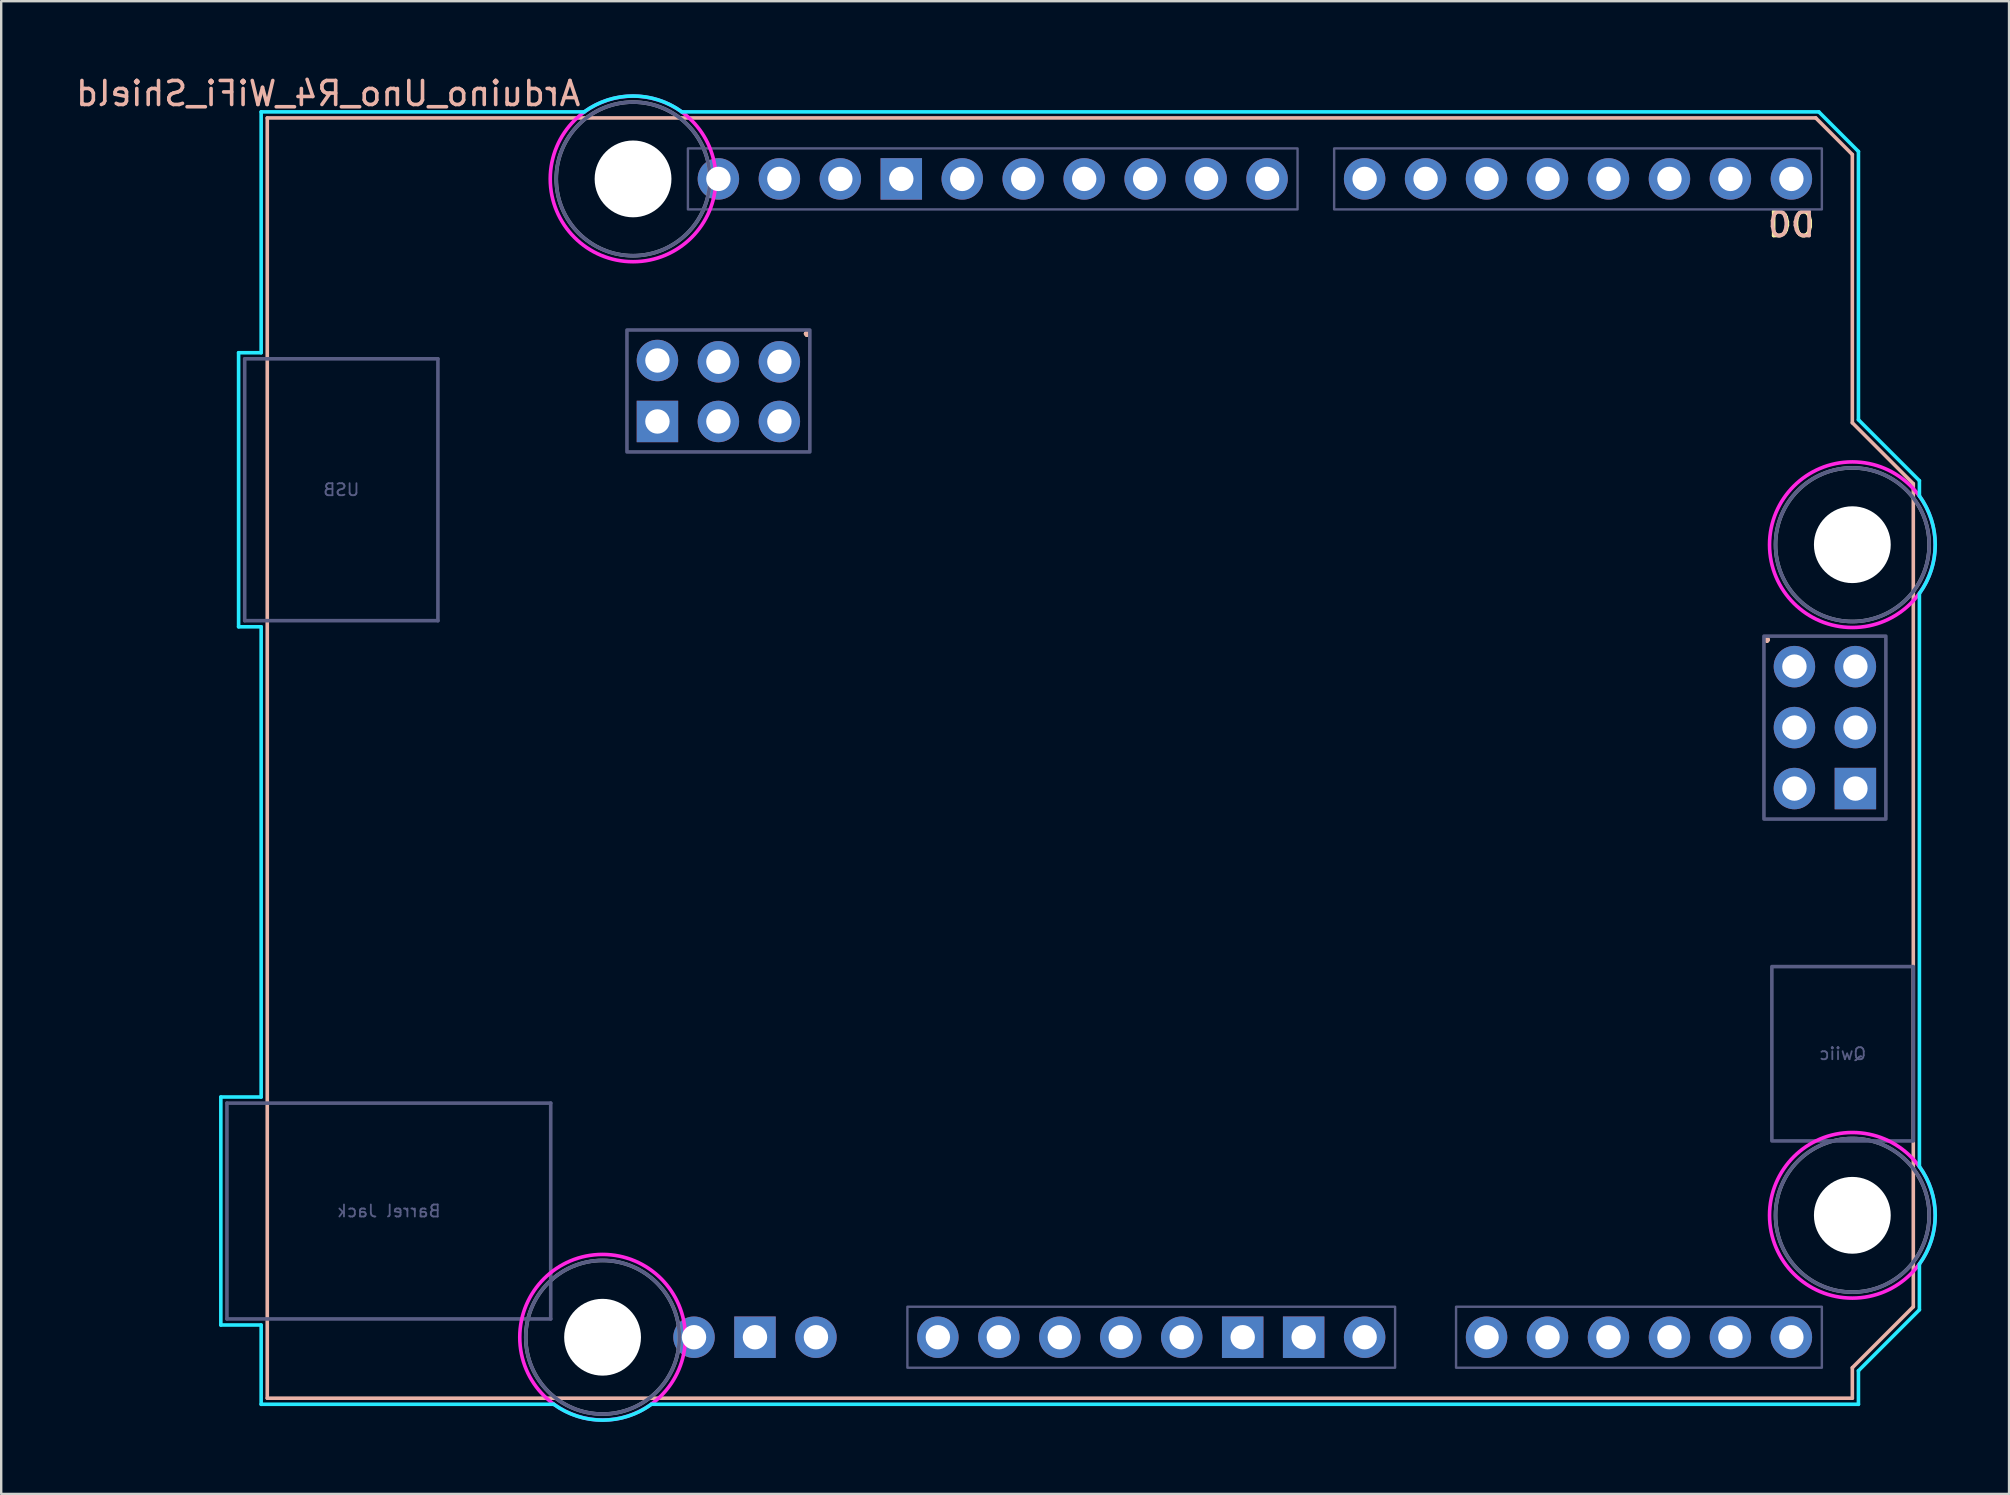
<source format=kicad_pcb>
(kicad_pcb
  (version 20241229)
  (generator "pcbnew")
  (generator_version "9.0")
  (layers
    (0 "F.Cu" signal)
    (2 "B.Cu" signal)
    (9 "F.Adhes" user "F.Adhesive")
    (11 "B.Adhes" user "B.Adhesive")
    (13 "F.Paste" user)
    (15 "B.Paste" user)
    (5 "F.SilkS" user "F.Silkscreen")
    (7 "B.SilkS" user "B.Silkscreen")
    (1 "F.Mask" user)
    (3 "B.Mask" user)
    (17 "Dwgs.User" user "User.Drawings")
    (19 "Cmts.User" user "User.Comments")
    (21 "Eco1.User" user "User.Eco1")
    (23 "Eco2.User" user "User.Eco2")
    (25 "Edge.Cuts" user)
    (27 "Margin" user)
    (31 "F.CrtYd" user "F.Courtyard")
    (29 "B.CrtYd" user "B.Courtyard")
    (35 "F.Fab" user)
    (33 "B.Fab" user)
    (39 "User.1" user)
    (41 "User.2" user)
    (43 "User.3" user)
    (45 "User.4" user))
  (footprint "Arduino_Uno_R4_WiFi_Shield"
    (layer "F.Cu")
    (at 8.085 55.204)
    (property "Reference" "Arduino_Uno_R4_WiFi_Shield" (at 2.54 -54.356 0) (layer "B.SilkS") (effects (font (size 1 1) (thickness 0.15)) (justify mirror)))
    (attr through_hole)
    (fp_line (start 0 -53.34) (end 0 0) (stroke (width 0.15) (type solid)) (layer "B.SilkS"))
    (fp_line (start 0 -53.34) (end 64.516 -53.34) (stroke (width 0.15) (type solid)) (layer "B.SilkS"))
    (fp_line (start 0 0) (end 66.04 0) (stroke (width 0.15) (type solid)) (layer "B.SilkS"))
    (fp_line (start 64.516 -53.34) (end 66.04 -51.816) (stroke (width 0.15) (type solid)) (layer "B.SilkS"))
    (fp_line (start 66.04 -40.64) (end 66.04 -51.816) (stroke (width 0.15) (type solid)) (layer "B.SilkS"))
    (fp_line (start 66.04 -1.27) (end 68.58 -3.81) (stroke (width 0.15) (type solid)) (layer "B.SilkS"))
    (fp_line (start 66.04 0) (end 66.04 -1.27) (stroke (width 0.15) (type solid)) (layer "B.SilkS"))
    (fp_line (start 68.58 -38.1) (end 66.04 -40.64) (stroke (width 0.15) (type solid)) (layer "B.SilkS"))
    (fp_line (start 68.58 -3.81) (end 68.58 -38.1) (stroke (width 0.15) (type solid)) (layer "B.SilkS"))
    (fp_line (start -1.934 -12.548) (end -1.934 -3.049) (stroke (width 0.15) (type solid)) (layer "B.CrtYd"))
    (fp_line (start -1.934 -12.548) (end -0.254 -12.548) (stroke (width 0.15) (type solid)) (layer "B.CrtYd"))
    (fp_line (start -1.934 -3.049) (end -0.254 -3.049) (stroke (width 0.15) (type solid)) (layer "B.CrtYd"))
    (fp_line (start -1.194 -43.558) (end -0.254 -43.558) (stroke (width 0.15) (type solid)) (layer "B.CrtYd"))
    (fp_line (start -1.194 -32.14) (end -1.194 -43.558) (stroke (width 0.15) (type solid)) (layer "B.CrtYd"))
    (fp_line (start -0.254 -53.594) (end -0.254 -43.558) (stroke (width 0.15) (type solid)) (layer "B.CrtYd"))
    (fp_line (start -0.254 -32.14) (end -1.194 -32.14) (stroke (width 0.15) (type solid)) (layer "B.CrtYd"))
    (fp_line (start -0.254 -32.14) (end -0.254 -12.548) (stroke (width 0.15) (type solid)) (layer "B.CrtYd"))
    (fp_line (start -0.254 -3.049) (end -0.254 0.254) (stroke (width 0.15) (type solid)) (layer "B.CrtYd"))
    (fp_line (start 11.938 0.254) (end -0.254 0.254) (stroke (width 0.15) (type solid)) (layer "B.CrtYd"))
    (fp_line (start 13.208 -53.594) (end -0.254 -53.594) (stroke (width 0.15) (type solid)) (layer "B.CrtYd"))
    (fp_line (start 16.002 0.254) (end 66.294 0.254) (stroke (width 0.15) (type solid)) (layer "B.CrtYd"))
    (fp_line (start 17.272 -53.594) (end 64.643 -53.594) (stroke (width 0.15) (type solid)) (layer "B.CrtYd"))
    (fp_line (start 64.643 -53.594) (end 66.294 -51.943) (stroke (width 0.15) (type solid)) (layer "B.CrtYd"))
    (fp_line (start 66.294 -40.767) (end 66.294 -51.943) (stroke (width 0.15) (type solid)) (layer "B.CrtYd"))
    (fp_line (start 66.294 -1.143) (end 68.834 -3.683) (stroke (width 0.15) (type solid)) (layer "B.CrtYd"))
    (fp_line (start 66.294 0.254) (end 66.294 -1.143) (stroke (width 0.15) (type solid)) (layer "B.CrtYd"))
    (fp_line (start 68.834 -38.227) (end 66.294 -40.767) (stroke (width 0.15) (type solid)) (layer "B.CrtYd"))
    (fp_line (start 68.834 -38.227) (end 68.834 -37.592) (stroke (width 0.15) (type solid)) (layer "B.CrtYd"))
    (fp_line (start 68.834 -9.652) (end 68.834 -33.528) (stroke (width 0.15) (type solid)) (layer "B.CrtYd"))
    (fp_line (start 68.834 -5.588) (end 68.834 -3.683) (stroke (width 0.15) (type solid)) (layer "B.CrtYd"))
    (fp_arc (start 13.208 -53.594) (mid 15.24 -54.254237) (end 17.272 -53.594) (stroke (width 0.15) (type solid)) (layer "B.CrtYd"))
    (fp_arc (start 16.002 0.254) (mid 13.97 0.914237) (end 11.938 0.254) (stroke (width 0.15) (type solid)) (layer "B.CrtYd"))
    (fp_arc (start 68.834 -37.592) (mid 69.494238 -35.56) (end 68.834 -33.528) (stroke (width 0.15) (type solid)) (layer "B.CrtYd"))
    (fp_arc (start 68.834 -9.652) (mid 69.494238 -7.62) (end 68.834 -5.588) (stroke (width 0.15) (type solid)) (layer "B.CrtYd"))
    (fp_circle (center 13.97 -2.54) (end 17.42 -2.54) (stroke (width 0.15) (type solid)) (fill no) (layer "F.CrtYd"))
    (fp_circle (center 15.24 -50.8) (end 18.69 -50.8) (stroke (width 0.15) (type solid)) (fill no) (layer "F.CrtYd"))
    (fp_circle (center 66.04 -35.56) (end 69.49 -35.56) (stroke (width 0.15) (type solid)) (fill no) (layer "F.CrtYd"))
    (fp_circle (center 66.04 -7.62) (end 69.49 -7.62) (stroke (width 0.15) (type solid)) (fill no) (layer "F.CrtYd"))
    (fp_line (start -1.68 -12.294) (end -1.68 -3.303) (stroke (width 0.15) (type solid)) (layer "B.Fab"))
    (fp_line (start -1.68 -12.294) (end 11.81 -12.294) (stroke (width 0.15) (type solid)) (layer "B.Fab"))
    (fp_line (start -1.68 -3.303) (end 11.81 -3.303) (stroke (width 0.15) (type solid)) (layer "B.Fab"))
    (fp_line (start -0.94 -43.304) (end 7.11 -43.304) (stroke (width 0.15) (type solid)) (layer "B.Fab"))
    (fp_line (start -0.94 -32.394) (end -0.94 -43.304) (stroke (width 0.15) (type solid)) (layer "B.Fab"))
    (fp_line (start -0.94 -32.394) (end 7.11 -32.394) (stroke (width 0.15) (type solid)) (layer "B.Fab"))
    (fp_line (start 7.11 -32.394) (end 7.11 -43.304) (stroke (width 0.15) (type solid)) (layer "B.Fab"))
    (fp_line (start 11.81 -12.294) (end 11.81 -3.303) (stroke (width 0.15) (type solid)) (layer "B.Fab"))
    (fp_rect (start 14.986 -39.424) (end 22.606 -44.504) (stroke (width 0.15) (type solid)) (fill no) (layer "B.Fab"))
    (fp_rect (start 17.526 -52.07) (end 42.926 -49.53) (stroke (width 0.1) (type solid)) (fill no) (layer "B.Fab"))
    (fp_rect (start 26.67 -3.81) (end 46.99 -1.27) (stroke (width 0.1) (type solid)) (fill no) (layer "B.Fab"))
    (fp_rect (start 44.45 -52.07) (end 64.77 -49.53) (stroke (width 0.1) (type solid)) (fill no) (layer "B.Fab"))
    (fp_rect (start 49.53 -3.81) (end 64.77 -1.27) (stroke (width 0.1) (type solid)) (fill no) (layer "B.Fab"))
    (fp_rect (start 62.357 -31.75) (end 67.437 -24.13) (stroke (width 0.15) (type solid)) (fill no) (layer "B.Fab"))
    (fp_rect (start 68.58 -10.719) (end 62.687 -17.983) (stroke (width 0.15) (type solid)) (fill no) (layer "B.Fab"))
    (fp_circle (center 13.97 -2.54) (end 17.17 -2.54) (stroke (width 0.15) (type solid)) (fill no) (layer "B.Fab"))
    (fp_circle (center 15.24 -50.8) (end 18.44 -50.8) (stroke (width 0.15) (type solid)) (fill no) (layer "B.Fab"))
    (fp_circle (center 66.04 -35.56) (end 69.24 -35.56) (stroke (width 0.15) (type solid)) (fill no) (layer "B.Fab"))
    (fp_circle (center 66.04 -7.62) (end 69.24 -7.62) (stroke (width 0.15) (type solid)) (fill no) (layer "B.Fab"))
    (fp_circle (center 13.97 -2.54) (end 17.17 -2.54) (stroke (width 0.15) (type solid)) (fill no) (layer "F.Fab"))
    (fp_circle (center 15.24 -50.8) (end 18.44 -50.8) (stroke (width 0.15) (type solid)) (fill no) (layer "F.Fab"))
    (fp_circle (center 66.04 -35.56) (end 69.24 -35.56) (stroke (width 0.15) (type solid)) (fill no) (layer "F.Fab"))
    (fp_circle (center 66.04 -7.62) (end 69.24 -7.62) (stroke (width 0.15) (type solid)) (fill no) (layer "F.Fab"))
    (fp_text user "." (at 62.484 -32.004 0) (layer "F.SilkS") (effects (font (size 1 1) (thickness 0.15))))
    (fp_text user "." (at 22.479 -44.755 0) (layer "F.SilkS") (effects (font (size 1 1) (thickness 0.15))))
    (fp_text user "D0" (at 63.5 -48.895 0) (unlocked yes) (layer "F.SilkS") (effects (font (size 1 1) (thickness 0.15))))
    (fp_text user "." (at 62.484 -32.004 0) (layer "B.SilkS") (effects (font (size 1 1) (thickness 0.15))))
    (fp_text user "D0" (at 63.5 -48.895 0) (unlocked yes) (layer "B.SilkS") (effects (font (size 1 1) (thickness 0.15)) (justify mirror)))
    (fp_text user "." (at 22.479 -44.755 0) (layer "B.SilkS") (effects (font (size 1 1) (thickness 0.15))))
    (fp_text user "USB" (at 3.085 -37.849 0) (layer "B.Fab") (effects (font (size 0.5 0.5) (thickness 0.075)) (justify mirror)))
    (fp_text user "Barrel Jack" (at 5.065 -7.798 0) (layer "B.Fab") (effects (font (size 0.5 0.5) (thickness 0.075)) (justify mirror)))
    (fp_text user "Qwiic" (at 65.634 -14.351 0) (layer "B.Fab") (effects (font (size 0.5 0.5) (thickness 0.075)) (justify mirror)))
    (pad "" np_thru_hole circle (at 13.97 -2.54) (size 3.2 3.2) (drill 3.2) (layers "*.Cu" "*.Mask"))
    (pad "" np_thru_hole circle (at 15.24 -50.8) (size 3.2 3.2) (drill 3.2) (layers "*.Cu" "*.Mask"))
    (pad "" np_thru_hole circle (at 66.04 -35.56) (size 3.2 3.2) (drill 3.2) (layers "*.Cu" "*.Mask"))
    (pad "" np_thru_hole circle (at 66.04 -7.62) (size 3.2 3.2) (drill 3.2) (layers "*.Cu" "*.Mask"))
    (pad "3V3" thru_hole oval (at 35.56 -2.54) (size 1.727 1.727) (drill 1.016) (layers "*.Cu" "*.Mask"))
    (pad "5V1" thru_hole oval (at 38.1 -2.54) (size 1.727 1.727) (drill 1.016) (layers "*.Cu" "*.Mask"))
    (pad "5V2" thru_hole oval (at 66.167 -30.48) (size 1.727 1.727) (drill 1.016) (layers "*.Cu" "*.Mask"))
    (pad "A0" thru_hole oval (at 50.8 -2.54) (size 1.727 1.727) (drill 1.016) (layers "*.Cu" "*.Mask"))
    (pad "A1" thru_hole oval (at 53.34 -2.54) (size 1.727 1.727) (drill 1.016) (layers "*.Cu" "*.Mask"))
    (pad "A2" thru_hole oval (at 55.88 -2.54) (size 1.727 1.727) (drill 1.016) (layers "*.Cu" "*.Mask"))
    (pad "A3" thru_hole oval (at 58.42 -2.54) (size 1.727 1.727) (drill 1.016) (layers "*.Cu" "*.Mask"))
    (pad "A4" thru_hole oval (at 60.96 -2.54) (size 1.727 1.727) (drill 1.016) (layers "*.Cu" "*.Mask"))
    (pad "A5" thru_hole oval (at 63.5 -2.54) (size 1.727 1.727) (drill 1.016) (layers "*.Cu" "*.Mask"))
    (pad "AREF" thru_hole oval (at 23.876 -50.8) (size 1.727 1.727) (drill 1.016) (layers "*.Cu" "*.Mask"))
    (pad "BOOT" thru_hole oval (at 27.94 -2.54) (size 1.727 1.727) (drill 1.016) (layers "*.Cu" "*.Mask"))
    (pad "D0" thru_hole oval (at 63.5 -50.8) (size 1.727 1.727) (drill 1.016) (layers "*.Cu" "*.Mask"))
    (pad "D1" thru_hole oval (at 60.96 -50.8) (size 1.727 1.727) (drill 1.016) (layers "*.Cu" "*.Mask"))
    (pad "D2" thru_hole oval (at 58.42 -50.8) (size 1.727 1.727) (drill 1.016) (layers "*.Cu" "*.Mask"))
    (pad "D3" thru_hole oval (at 55.88 -50.8) (size 1.727 1.727) (drill 1.016) (layers "*.Cu" "*.Mask"))
    (pad "D4" thru_hole oval (at 53.34 -50.8) (size 1.727 1.727) (drill 1.016) (layers "*.Cu" "*.Mask"))
    (pad "D5" thru_hole oval (at 50.8 -50.8) (size 1.727 1.727) (drill 1.016) (layers "*.Cu" "*.Mask"))
    (pad "D6" thru_hole oval (at 48.26 -50.8) (size 1.727 1.727) (drill 1.016) (layers "*.Cu" "*.Mask"))
    (pad "D7" thru_hole oval (at 45.72 -50.8) (size 1.727 1.727) (drill 1.016) (layers "*.Cu" "*.Mask"))
    (pad "D8" thru_hole oval (at 41.656 -50.8) (size 1.727 1.727) (drill 1.016) (layers "*.Cu" "*.Mask"))
    (pad "D9" thru_hole oval (at 39.116 -50.8) (size 1.727 1.727) (drill 1.016) (layers "*.Cu" "*.Mask"))
    (pad "D10" thru_hole oval (at 36.576 -50.8) (size 1.727 1.727) (drill 1.016) (layers "*.Cu" "*.Mask"))
    (pad "D11" thru_hole oval (at 34.036 -50.8) (size 1.727 1.727) (drill 1.016) (layers "*.Cu" "*.Mask"))
    (pad "D12" thru_hole oval (at 31.496 -50.8) (size 1.727 1.727) (drill 1.016) (layers "*.Cu" "*.Mask"))
    (pad "D13" thru_hole oval (at 28.956 -50.8) (size 1.727 1.727) (drill 1.016) (layers "*.Cu" "*.Mask"))
    (pad "ESP1" thru_hole oval (at 21.336 -43.18) (size 1.727 1.727) (drill 1.016) (layers "*.Cu" "*.Mask"))
    (pad "ESP2" thru_hole oval (at 21.336 -40.694) (size 1.727 1.727) (drill 1.016) (layers "*.Cu" "*.Mask"))
    (pad "ESP3" thru_hole oval (at 18.796 -43.18) (size 1.727 1.727) (drill 1.016) (layers "*.Cu" "*.Mask"))
    (pad "ESP4" thru_hole oval (at 18.796 -40.694) (size 1.727 1.727) (drill 1.016) (layers "*.Cu" "*.Mask"))
    (pad "ESP5" thru_hole oval (at 16.256 -43.234) (size 1.727 1.727) (drill 1.016) (layers "*.Cu" "*.Mask"))
    (pad "GND1" thru_hole rect (at 26.416 -50.8) (size 1.727 1.727) (drill 1.016) (layers "*.Cu" "*.Mask"))
    (pad "GND2" thru_hole rect (at 40.64 -2.54) (size 1.727 1.727) (drill 1.016) (layers "*.Cu" "*.Mask"))
    (pad "GND3" thru_hole rect (at 43.18 -2.54) (size 1.727 1.727) (drill 1.016) (layers "*.Cu" "*.Mask"))
    (pad "GND4" thru_hole rect (at 16.256 -40.694) (size 1.727 1.727) (drill 1.016) (layers "*.Cu" "*.Mask"))
    (pad "GND4" thru_hole rect (at 66.167 -25.4) (size 1.727 1.727) (drill 1.016) (layers "*.Cu" "*.Mask"))
    (pad "GND5" thru_hole rect (at 20.32 -2.54) (size 1.727 1.727) (drill 1.016) (layers "*.Cu" "*.Mask"))
    (pad "IORF" thru_hole oval (at 30.48 -2.54) (size 1.727 1.727) (drill 1.016) (layers "*.Cu" "*.Mask"))
    (pad "MISO" thru_hole oval (at 63.627 -30.48) (size 1.727 1.727) (drill 1.016) (layers "*.Cu" "*.Mask"))
    (pad "MOSI" thru_hole oval (at 66.167 -27.94) (size 1.727 1.727) (drill 1.016) (layers "*.Cu" "*.Mask"))
    (pad "OFF" thru_hole oval (at 17.78 -2.54) (size 1.727 1.727) (drill 1.016) (layers "*.Cu" "*.Mask"))
    (pad "RST1" thru_hole oval (at 33.02 -2.54) (size 1.727 1.727) (drill 1.016) (layers "*.Cu" "*.Mask"))
    (pad "RST2" thru_hole oval (at 63.627 -25.4) (size 1.727 1.727) (drill 1.016) (layers "*.Cu" "*.Mask"))
    (pad "SCK" thru_hole oval (at 63.627 -27.94) (size 1.727 1.727) (drill 1.016) (layers "*.Cu" "*.Mask"))
    (pad "SCL" thru_hole oval (at 18.796 -50.8) (size 1.727 1.727) (drill 1.016) (layers "*.Cu" "*.Mask"))
    (pad "SDA" thru_hole oval (at 21.336 -50.8) (size 1.727 1.727) (drill 1.016) (layers "*.Cu" "*.Mask"))
    (pad "VBAT" thru_hole oval (at 22.86 -2.54) (size 1.727 1.727) (drill 1.016) (layers "*.Cu" "*.Mask"))
    (pad "VIN" thru_hole oval (at 45.72 -2.54) (size 1.727 1.727) (drill 1.016) (layers "*.Cu" "*.Mask")))
  (gr_rect
    (start -3 -3)
    (end 80.654 59.193)
    (stroke (width 0.1) (type default))
    (fill no)
    (layer "Edge.Cuts")))
</source>
